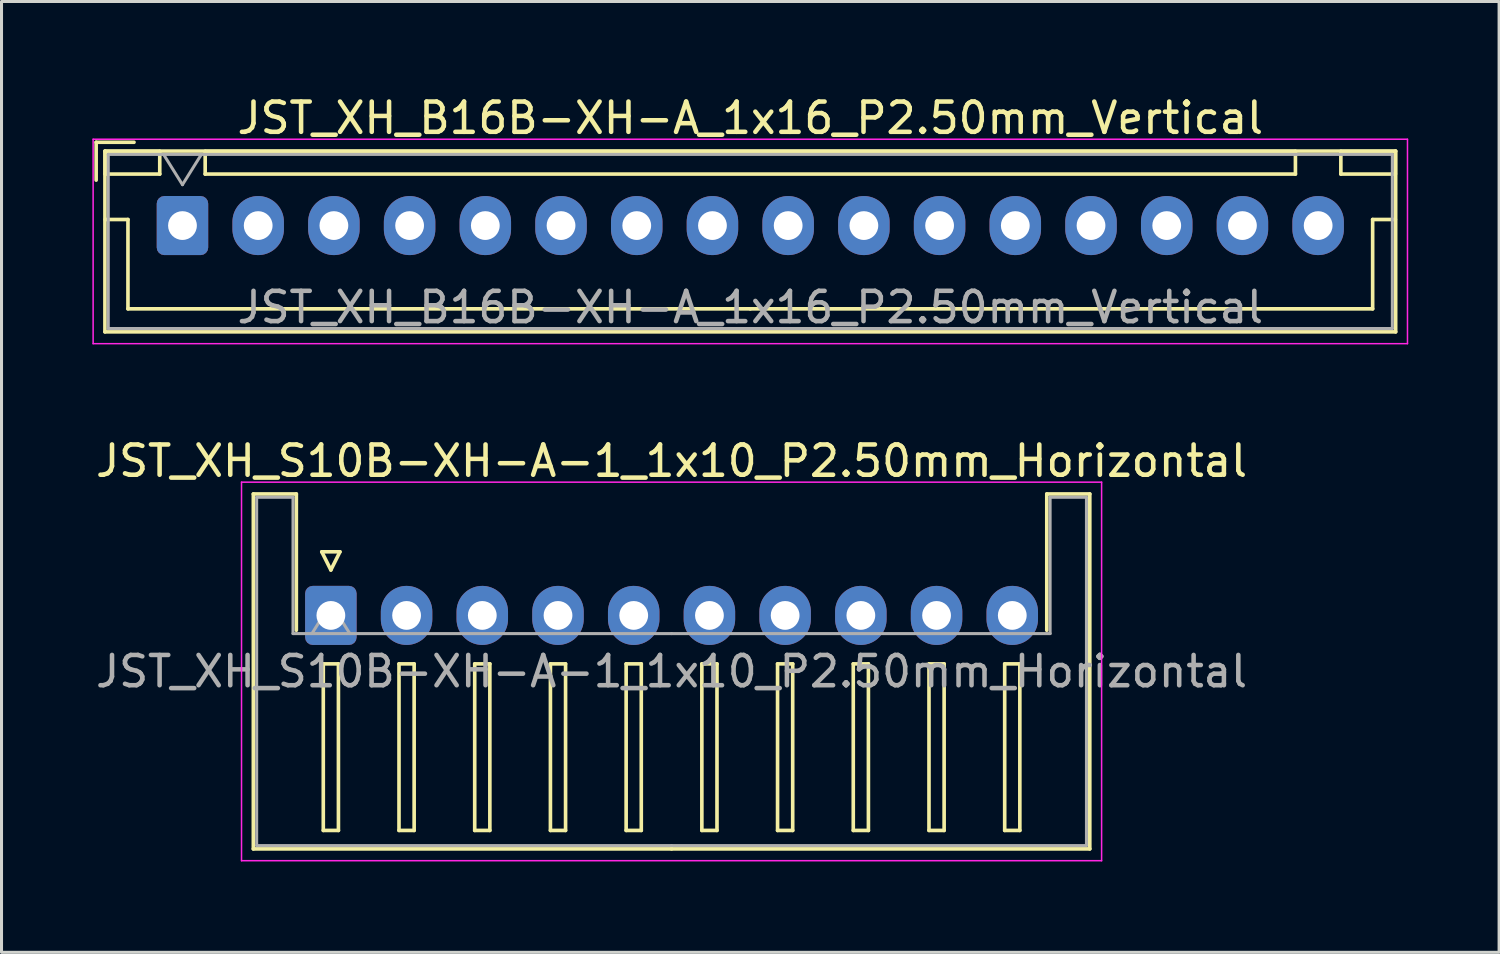
<source format=kicad_pcb>
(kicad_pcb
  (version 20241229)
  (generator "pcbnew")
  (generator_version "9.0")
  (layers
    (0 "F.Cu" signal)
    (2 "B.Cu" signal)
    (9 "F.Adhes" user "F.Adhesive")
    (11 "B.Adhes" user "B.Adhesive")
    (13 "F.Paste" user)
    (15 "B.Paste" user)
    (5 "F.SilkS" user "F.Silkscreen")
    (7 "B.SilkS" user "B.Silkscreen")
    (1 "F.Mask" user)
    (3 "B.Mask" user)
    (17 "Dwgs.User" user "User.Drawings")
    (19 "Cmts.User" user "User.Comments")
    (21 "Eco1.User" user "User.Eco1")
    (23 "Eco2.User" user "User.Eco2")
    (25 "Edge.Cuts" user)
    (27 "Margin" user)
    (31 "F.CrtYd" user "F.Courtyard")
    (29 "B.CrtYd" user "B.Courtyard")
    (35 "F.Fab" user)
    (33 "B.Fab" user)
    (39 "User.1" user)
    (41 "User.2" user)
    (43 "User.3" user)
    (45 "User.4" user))
  (footprint "JST_XH_S10B-XH-A-1_1x10_P2.50mm_Horizontal"
    (layer "F.Cu")
    (at 7.875 17.271)
    (property "Reference" "JST_XH_S10B-XH-A-1_1x10_P2.50mm_Horizontal" (at 11.25 -5.1 0) (layer "F.SilkS") (effects (font (size 1 1) (thickness 0.15))))
    (attr through_hole)
    (fp_line (start -2.56 -4.01) (end -1.14 -4.01) (stroke (width 0.12) (type solid)) (layer "F.SilkS"))
    (fp_line (start -2.56 7.71) (end -2.56 -4.01) (stroke (width 0.12) (type solid)) (layer "F.SilkS"))
    (fp_line (start -1.14 -4.01) (end -1.14 0.49) (stroke (width 0.12) (type solid)) (layer "F.SilkS"))
    (fp_line (start -0.3 -2.1) (end 0.3 -2.1) (stroke (width 0.12) (type solid)) (layer "F.SilkS"))
    (fp_line (start -0.25 1.6) (end -0.25 7.1) (stroke (width 0.12) (type solid)) (layer "F.SilkS"))
    (fp_line (start -0.25 7.1) (end 0.25 7.1) (stroke (width 0.12) (type solid)) (layer "F.SilkS"))
    (fp_line (start 0 -1.5) (end -0.3 -2.1) (stroke (width 0.12) (type solid)) (layer "F.SilkS"))
    (fp_line (start 0.25 1.6) (end -0.25 1.6) (stroke (width 0.12) (type solid)) (layer "F.SilkS"))
    (fp_line (start 0.25 7.1) (end 0.25 1.6) (stroke (width 0.12) (type solid)) (layer "F.SilkS"))
    (fp_line (start 0.3 -2.1) (end 0 -1.5) (stroke (width 0.12) (type solid)) (layer "F.SilkS"))
    (fp_line (start 2.25 1.6) (end 2.25 7.1) (stroke (width 0.12) (type solid)) (layer "F.SilkS"))
    (fp_line (start 2.25 7.1) (end 2.75 7.1) (stroke (width 0.12) (type solid)) (layer "F.SilkS"))
    (fp_line (start 2.75 1.6) (end 2.25 1.6) (stroke (width 0.12) (type solid)) (layer "F.SilkS"))
    (fp_line (start 2.75 7.1) (end 2.75 1.6) (stroke (width 0.12) (type solid)) (layer "F.SilkS"))
    (fp_line (start 4.75 1.6) (end 4.75 7.1) (stroke (width 0.12) (type solid)) (layer "F.SilkS"))
    (fp_line (start 4.75 7.1) (end 5.25 7.1) (stroke (width 0.12) (type solid)) (layer "F.SilkS"))
    (fp_line (start 5.25 1.6) (end 4.75 1.6) (stroke (width 0.12) (type solid)) (layer "F.SilkS"))
    (fp_line (start 5.25 7.1) (end 5.25 1.6) (stroke (width 0.12) (type solid)) (layer "F.SilkS"))
    (fp_line (start 7.25 1.6) (end 7.25 7.1) (stroke (width 0.12) (type solid)) (layer "F.SilkS"))
    (fp_line (start 7.25 7.1) (end 7.75 7.1) (stroke (width 0.12) (type solid)) (layer "F.SilkS"))
    (fp_line (start 7.75 1.6) (end 7.25 1.6) (stroke (width 0.12) (type solid)) (layer "F.SilkS"))
    (fp_line (start 7.75 7.1) (end 7.75 1.6) (stroke (width 0.12) (type solid)) (layer "F.SilkS"))
    (fp_line (start 9.75 1.6) (end 9.75 7.1) (stroke (width 0.12) (type solid)) (layer "F.SilkS"))
    (fp_line (start 9.75 7.1) (end 10.25 7.1) (stroke (width 0.12) (type solid)) (layer "F.SilkS"))
    (fp_line (start 10.25 1.6) (end 9.75 1.6) (stroke (width 0.12) (type solid)) (layer "F.SilkS"))
    (fp_line (start 10.25 7.1) (end 10.25 1.6) (stroke (width 0.12) (type solid)) (layer "F.SilkS"))
    (fp_line (start 11.25 7.71) (end -2.56 7.71) (stroke (width 0.12) (type solid)) (layer "F.SilkS"))
    (fp_line (start 11.25 7.71) (end 25.06 7.71) (stroke (width 0.12) (type solid)) (layer "F.SilkS"))
    (fp_line (start 12.25 1.6) (end 12.25 7.1) (stroke (width 0.12) (type solid)) (layer "F.SilkS"))
    (fp_line (start 12.25 7.1) (end 12.75 7.1) (stroke (width 0.12) (type solid)) (layer "F.SilkS"))
    (fp_line (start 12.75 1.6) (end 12.25 1.6) (stroke (width 0.12) (type solid)) (layer "F.SilkS"))
    (fp_line (start 12.75 7.1) (end 12.75 1.6) (stroke (width 0.12) (type solid)) (layer "F.SilkS"))
    (fp_line (start 14.75 1.6) (end 14.75 7.1) (stroke (width 0.12) (type solid)) (layer "F.SilkS"))
    (fp_line (start 14.75 7.1) (end 15.25 7.1) (stroke (width 0.12) (type solid)) (layer "F.SilkS"))
    (fp_line (start 15.25 1.6) (end 14.75 1.6) (stroke (width 0.12) (type solid)) (layer "F.SilkS"))
    (fp_line (start 15.25 7.1) (end 15.25 1.6) (stroke (width 0.12) (type solid)) (layer "F.SilkS"))
    (fp_line (start 17.25 1.6) (end 17.25 7.1) (stroke (width 0.12) (type solid)) (layer "F.SilkS"))
    (fp_line (start 17.25 7.1) (end 17.75 7.1) (stroke (width 0.12) (type solid)) (layer "F.SilkS"))
    (fp_line (start 17.75 1.6) (end 17.25 1.6) (stroke (width 0.12) (type solid)) (layer "F.SilkS"))
    (fp_line (start 17.75 7.1) (end 17.75 1.6) (stroke (width 0.12) (type solid)) (layer "F.SilkS"))
    (fp_line (start 19.75 1.6) (end 19.75 7.1) (stroke (width 0.12) (type solid)) (layer "F.SilkS"))
    (fp_line (start 19.75 7.1) (end 20.25 7.1) (stroke (width 0.12) (type solid)) (layer "F.SilkS"))
    (fp_line (start 20.25 1.6) (end 19.75 1.6) (stroke (width 0.12) (type solid)) (layer "F.SilkS"))
    (fp_line (start 20.25 7.1) (end 20.25 1.6) (stroke (width 0.12) (type solid)) (layer "F.SilkS"))
    (fp_line (start 22.25 1.6) (end 22.25 7.1) (stroke (width 0.12) (type solid)) (layer "F.SilkS"))
    (fp_line (start 22.25 7.1) (end 22.75 7.1) (stroke (width 0.12) (type solid)) (layer "F.SilkS"))
    (fp_line (start 22.75 1.6) (end 22.25 1.6) (stroke (width 0.12) (type solid)) (layer "F.SilkS"))
    (fp_line (start 22.75 7.1) (end 22.75 1.6) (stroke (width 0.12) (type solid)) (layer "F.SilkS"))
    (fp_line (start 23.64 -4.01) (end 23.64 0.49) (stroke (width 0.12) (type solid)) (layer "F.SilkS"))
    (fp_line (start 25.06 -4.01) (end 23.64 -4.01) (stroke (width 0.12) (type solid)) (layer "F.SilkS"))
    (fp_line (start 25.06 7.71) (end 25.06 -4.01) (stroke (width 0.12) (type solid)) (layer "F.SilkS"))
    (fp_line (start -2.95 -4.4) (end -2.95 8.1) (stroke (width 0.05) (type solid)) (layer "F.CrtYd"))
    (fp_line (start -2.95 8.1) (end 25.45 8.1) (stroke (width 0.05) (type solid)) (layer "F.CrtYd"))
    (fp_line (start 25.45 -4.4) (end -2.95 -4.4) (stroke (width 0.05) (type solid)) (layer "F.CrtYd"))
    (fp_line (start 25.45 8.1) (end 25.45 -4.4) (stroke (width 0.05) (type solid)) (layer "F.CrtYd"))
    (fp_line (start -2.45 -3.9) (end -1.25 -3.9) (stroke (width 0.1) (type solid)) (layer "F.Fab"))
    (fp_line (start -2.45 7.6) (end -2.45 -3.9) (stroke (width 0.1) (type solid)) (layer "F.Fab"))
    (fp_line (start -1.25 -3.9) (end -1.25 0.6) (stroke (width 0.1) (type solid)) (layer "F.Fab"))
    (fp_line (start -1.25 0.6) (end 11.25 0.6) (stroke (width 0.1) (type solid)) (layer "F.Fab"))
    (fp_line (start -0.625 0.6) (end 0 -0.4) (stroke (width 0.1) (type solid)) (layer "F.Fab"))
    (fp_line (start 0 -0.4) (end 0.625 0.6) (stroke (width 0.1) (type solid)) (layer "F.Fab"))
    (fp_line (start 11.25 7.6) (end -2.45 7.6) (stroke (width 0.1) (type solid)) (layer "F.Fab"))
    (fp_line (start 11.25 7.6) (end 24.95 7.6) (stroke (width 0.1) (type solid)) (layer "F.Fab"))
    (fp_line (start 23.75 -3.9) (end 23.75 0.6) (stroke (width 0.1) (type solid)) (layer "F.Fab"))
    (fp_line (start 23.75 0.6) (end 11.25 0.6) (stroke (width 0.1) (type solid)) (layer "F.Fab"))
    (fp_line (start 24.95 -3.9) (end 23.75 -3.9) (stroke (width 0.1) (type solid)) (layer "F.Fab"))
    (fp_line (start 24.95 7.6) (end 24.95 -3.9) (stroke (width 0.1) (type solid)) (layer "F.Fab"))
    (fp_text user "${REFERENCE}" (at 11.25 1.85 0) (layer "F.Fab") (effects (font (size 1 1) (thickness 0.15))))
    (pad "1" thru_hole roundrect (at 0 0) (size 1.7 1.95) (drill 0.95) (layers "*.Cu" "*.Mask") (roundrect_rratio 0.147))
    (pad "2" thru_hole oval (at 2.5 0) (size 1.7 1.95) (drill 0.95) (layers "*.Cu" "*.Mask"))
    (pad "3" thru_hole oval (at 5 0) (size 1.7 1.95) (drill 0.95) (layers "*.Cu" "*.Mask"))
    (pad "4" thru_hole oval (at 7.5 0) (size 1.7 1.95) (drill 0.95) (layers "*.Cu" "*.Mask"))
    (pad "5" thru_hole oval (at 10 0) (size 1.7 1.95) (drill 0.95) (layers "*.Cu" "*.Mask"))
    (pad "6" thru_hole oval (at 12.5 0) (size 1.7 1.95) (drill 0.95) (layers "*.Cu" "*.Mask"))
    (pad "7" thru_hole oval (at 15 0) (size 1.7 1.95) (drill 0.95) (layers "*.Cu" "*.Mask"))
    (pad "8" thru_hole oval (at 17.5 0) (size 1.7 1.95) (drill 0.95) (layers "*.Cu" "*.Mask"))
    (pad "9" thru_hole oval (at 20 0) (size 1.7 1.95) (drill 0.95) (layers "*.Cu" "*.Mask"))
    (pad "10" thru_hole oval (at 22.5 0) (size 1.7 1.95) (drill 0.95) (layers "*.Cu" "*.Mask")))
  (footprint "JST_XH_B16B-XH-A_1x16_P2.50mm_Vertical"
    (layer "F.Cu")
    (at 2.975 4.398)
    (property "Reference" "JST_XH_B16B-XH-A_1x16_P2.50mm_Vertical" (at 18.75 -3.55 0) (layer "F.SilkS") (effects (font (size 1 1) (thickness 0.15))))
    (attr through_hole)
    (fp_line (start -2.85 -2.75) (end -2.85 -1.5) (stroke (width 0.12) (type solid)) (layer "F.SilkS"))
    (fp_line (start -2.56 -2.46) (end -2.56 3.51) (stroke (width 0.12) (type solid)) (layer "F.SilkS"))
    (fp_line (start -2.56 3.51) (end 40.06 3.51) (stroke (width 0.12) (type solid)) (layer "F.SilkS"))
    (fp_line (start -2.55 -2.45) (end -2.55 -1.7) (stroke (width 0.12) (type solid)) (layer "F.SilkS"))
    (fp_line (start -2.55 -1.7) (end -0.75 -1.7) (stroke (width 0.12) (type solid)) (layer "F.SilkS"))
    (fp_line (start -2.55 -0.2) (end -1.8 -0.2) (stroke (width 0.12) (type solid)) (layer "F.SilkS"))
    (fp_line (start -1.8 -0.2) (end -1.8 2.75) (stroke (width 0.12) (type solid)) (layer "F.SilkS"))
    (fp_line (start -1.8 2.75) (end 18.75 2.75) (stroke (width 0.12) (type solid)) (layer "F.SilkS"))
    (fp_line (start -1.6 -2.75) (end -2.85 -2.75) (stroke (width 0.12) (type solid)) (layer "F.SilkS"))
    (fp_line (start -0.75 -2.45) (end -2.55 -2.45) (stroke (width 0.12) (type solid)) (layer "F.SilkS"))
    (fp_line (start -0.75 -1.7) (end -0.75 -2.45) (stroke (width 0.12) (type solid)) (layer "F.SilkS"))
    (fp_line (start 0.75 -2.45) (end 0.75 -1.7) (stroke (width 0.12) (type solid)) (layer "F.SilkS"))
    (fp_line (start 0.75 -1.7) (end 36.75 -1.7) (stroke (width 0.12) (type solid)) (layer "F.SilkS"))
    (fp_line (start 36.75 -2.45) (end 0.75 -2.45) (stroke (width 0.12) (type solid)) (layer "F.SilkS"))
    (fp_line (start 36.75 -1.7) (end 36.75 -2.45) (stroke (width 0.12) (type solid)) (layer "F.SilkS"))
    (fp_line (start 38.25 -2.45) (end 38.25 -1.7) (stroke (width 0.12) (type solid)) (layer "F.SilkS"))
    (fp_line (start 38.25 -1.7) (end 40.05 -1.7) (stroke (width 0.12) (type solid)) (layer "F.SilkS"))
    (fp_line (start 39.3 -0.2) (end 39.3 2.75) (stroke (width 0.12) (type solid)) (layer "F.SilkS"))
    (fp_line (start 39.3 2.75) (end 18.75 2.75) (stroke (width 0.12) (type solid)) (layer "F.SilkS"))
    (fp_line (start 40.05 -2.45) (end 38.25 -2.45) (stroke (width 0.12) (type solid)) (layer "F.SilkS"))
    (fp_line (start 40.05 -1.7) (end 40.05 -2.45) (stroke (width 0.12) (type solid)) (layer "F.SilkS"))
    (fp_line (start 40.05 -0.2) (end 39.3 -0.2) (stroke (width 0.12) (type solid)) (layer "F.SilkS"))
    (fp_line (start 40.06 -2.46) (end -2.56 -2.46) (stroke (width 0.12) (type solid)) (layer "F.SilkS"))
    (fp_line (start 40.06 3.51) (end 40.06 -2.46) (stroke (width 0.12) (type solid)) (layer "F.SilkS"))
    (fp_line (start -2.95 -2.85) (end -2.95 3.9) (stroke (width 0.05) (type solid)) (layer "F.CrtYd"))
    (fp_line (start -2.95 3.9) (end 40.45 3.9) (stroke (width 0.05) (type solid)) (layer "F.CrtYd"))
    (fp_line (start 40.45 -2.85) (end -2.95 -2.85) (stroke (width 0.05) (type solid)) (layer "F.CrtYd"))
    (fp_line (start 40.45 3.9) (end 40.45 -2.85) (stroke (width 0.05) (type solid)) (layer "F.CrtYd"))
    (fp_line (start -2.45 -2.35) (end -2.45 3.4) (stroke (width 0.1) (type solid)) (layer "F.Fab"))
    (fp_line (start -2.45 3.4) (end 39.95 3.4) (stroke (width 0.1) (type solid)) (layer "F.Fab"))
    (fp_line (start -0.625 -2.35) (end 0 -1.35) (stroke (width 0.1) (type solid)) (layer "F.Fab"))
    (fp_line (start 0 -1.35) (end 0.625 -2.35) (stroke (width 0.1) (type solid)) (layer "F.Fab"))
    (fp_line (start 39.95 -2.35) (end -2.45 -2.35) (stroke (width 0.1) (type solid)) (layer "F.Fab"))
    (fp_line (start 39.95 3.4) (end 39.95 -2.35) (stroke (width 0.1) (type solid)) (layer "F.Fab"))
    (fp_text user "${REFERENCE}" (at 18.75 2.7 0) (layer "F.Fab") (effects (font (size 1 1) (thickness 0.15))))
    (pad "1" thru_hole roundrect (at 0 0) (size 1.7 1.95) (drill 0.95) (layers "*.Cu" "*.Mask") (roundrect_rratio 0.147))
    (pad "2" thru_hole oval (at 2.5 0) (size 1.7 1.95) (drill 0.95) (layers "*.Cu" "*.Mask"))
    (pad "3" thru_hole oval (at 5 0) (size 1.7 1.95) (drill 0.95) (layers "*.Cu" "*.Mask"))
    (pad "4" thru_hole oval (at 7.5 0) (size 1.7 1.95) (drill 0.95) (layers "*.Cu" "*.Mask"))
    (pad "5" thru_hole oval (at 10 0) (size 1.7 1.95) (drill 0.95) (layers "*.Cu" "*.Mask"))
    (pad "6" thru_hole oval (at 12.5 0) (size 1.7 1.95) (drill 0.95) (layers "*.Cu" "*.Mask"))
    (pad "7" thru_hole oval (at 15 0) (size 1.7 1.95) (drill 0.95) (layers "*.Cu" "*.Mask"))
    (pad "8" thru_hole oval (at 17.5 0) (size 1.7 1.95) (drill 0.95) (layers "*.Cu" "*.Mask"))
    (pad "9" thru_hole oval (at 20 0) (size 1.7 1.95) (drill 0.95) (layers "*.Cu" "*.Mask"))
    (pad "10" thru_hole oval (at 22.5 0) (size 1.7 1.95) (drill 0.95) (layers "*.Cu" "*.Mask"))
    (pad "11" thru_hole oval (at 25 0) (size 1.7 1.95) (drill 0.95) (layers "*.Cu" "*.Mask"))
    (pad "12" thru_hole oval (at 27.5 0) (size 1.7 1.95) (drill 0.95) (layers "*.Cu" "*.Mask"))
    (pad "13" thru_hole oval (at 30 0) (size 1.7 1.95) (drill 0.95) (layers "*.Cu" "*.Mask"))
    (pad "14" thru_hole oval (at 32.5 0) (size 1.7 1.95) (drill 0.95) (layers "*.Cu" "*.Mask"))
    (pad "15" thru_hole oval (at 35 0) (size 1.7 1.95) (drill 0.95) (layers "*.Cu" "*.Mask"))
    (pad "16" thru_hole oval (at 37.5 0) (size 1.7 1.95) (drill 0.95) (layers "*.Cu" "*.Mask")))
  (gr_rect
    (start -3 -3)
    (end 46.45 28.396)
    (stroke (width 0.1) (type default))
    (fill no)
    (layer "Edge.Cuts")))
</source>
